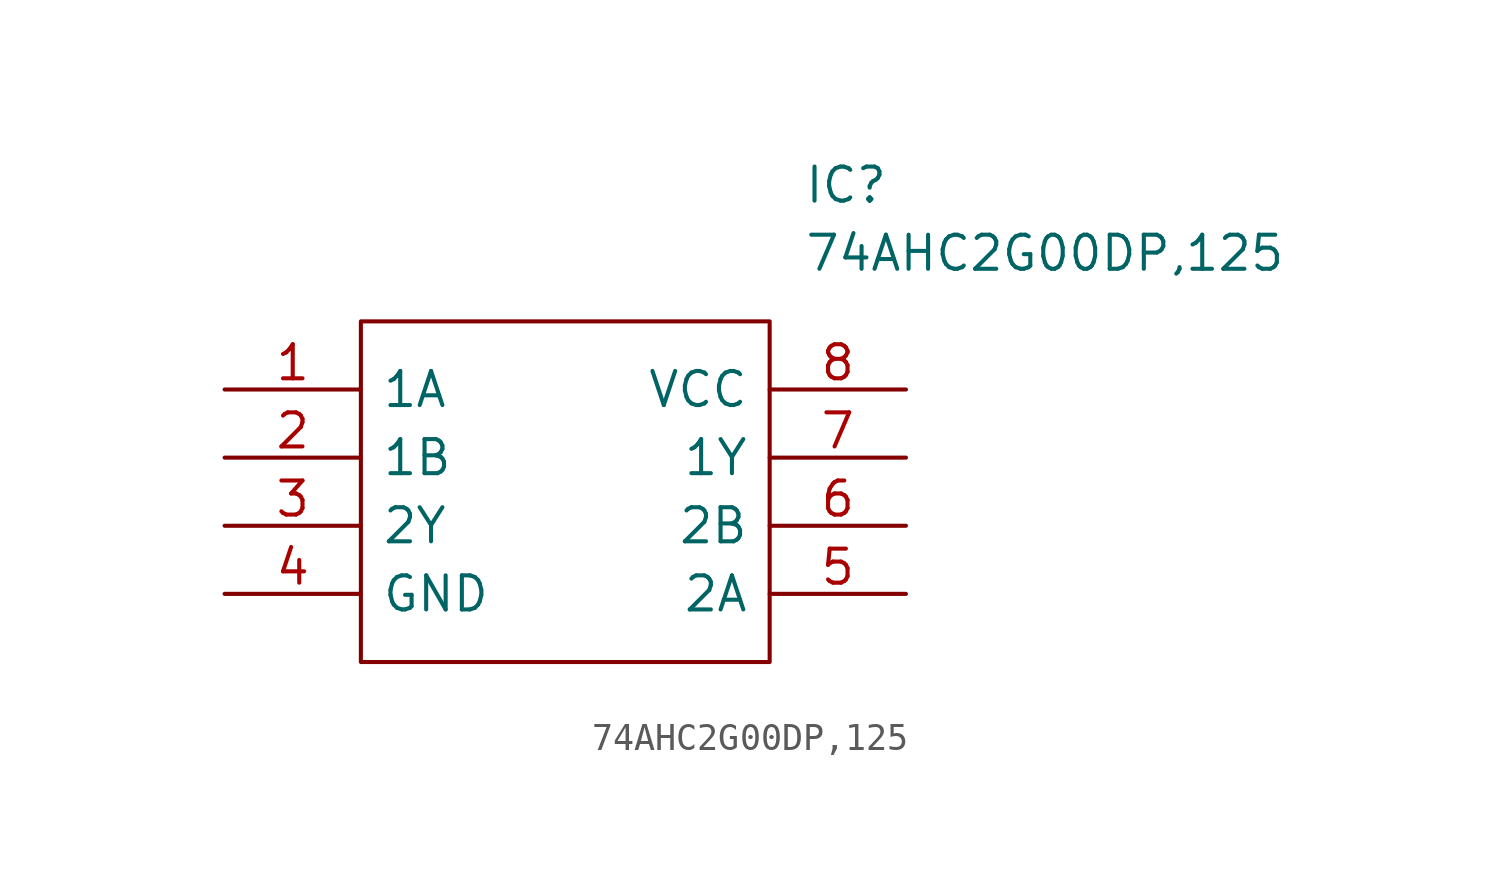
<source format=kicad_sym>
(kicad_symbol_lib
  (version 20211014)
  (generator kicad_symbol_editor)
  (symbol "74AHC2G00DP,125"
    (pin_names
      (offset 0.762))
    (property "Reference" "IC"
      (at 21.59 7.62 0)
      (effects (font (size 1.27 1.27)) (justify left)))
    (property "Value" "74AHC2G00DP,125"
      (at 21.59 5.08 0)
      (effects (font (size 1.27 1.27)) (justify left)))
    (symbol "74AHC2G00DP,125_0_0"
      (pin passive line (at 0 0 0) (length 5.08) (name "1A" (effects (font (size 1.27 1.27)))) (number "1" (effects (font (size 1.27 1.27)))))
      (pin passive line (at 0 -2.54 0) (length 5.08) (name "1B" (effects (font (size 1.27 1.27)))) (number "2" (effects (font (size 1.27 1.27)))))
      (pin passive line (at 0 -5.08 0) (length 5.08) (name "2Y" (effects (font (size 1.27 1.27)))) (number "3" (effects (font (size 1.27 1.27)))))
      (pin passive line (at 0 -7.62 0) (length 5.08) (name "GND" (effects (font (size 1.27 1.27)))) (number "4" (effects (font (size 1.27 1.27)))))
      (pin passive line (at 25.4 -7.62 180) (length 5.08) (name "2A" (effects (font (size 1.27 1.27)))) (number "5" (effects (font (size 1.27 1.27)))))
      (pin passive line (at 25.4 -5.08 180) (length 5.08) (name "2B" (effects (font (size 1.27 1.27)))) (number "6" (effects (font (size 1.27 1.27)))))
      (pin passive line (at 25.4 -2.54 180) (length 5.08) (name "1Y" (effects (font (size 1.27 1.27)))) (number "7" (effects (font (size 1.27 1.27)))))
      (pin passive line (at 25.4 0 180) (length 5.08) (name "VCC" (effects (font (size 1.27 1.27)))) (number "8" (effects (font (size 1.27 1.27))))))
    (symbol "74AHC2G00DP,125_0_1"
      (polyline (pts (xy 5.08 2.54) (xy 20.32 2.54) (xy 20.32 -10.16) (xy 5.08 -10.16) (xy 5.08 2.54)) (stroke (width 0.152) (type default) (color 0 0 0 0)) (fill (type none))))))
</source>
